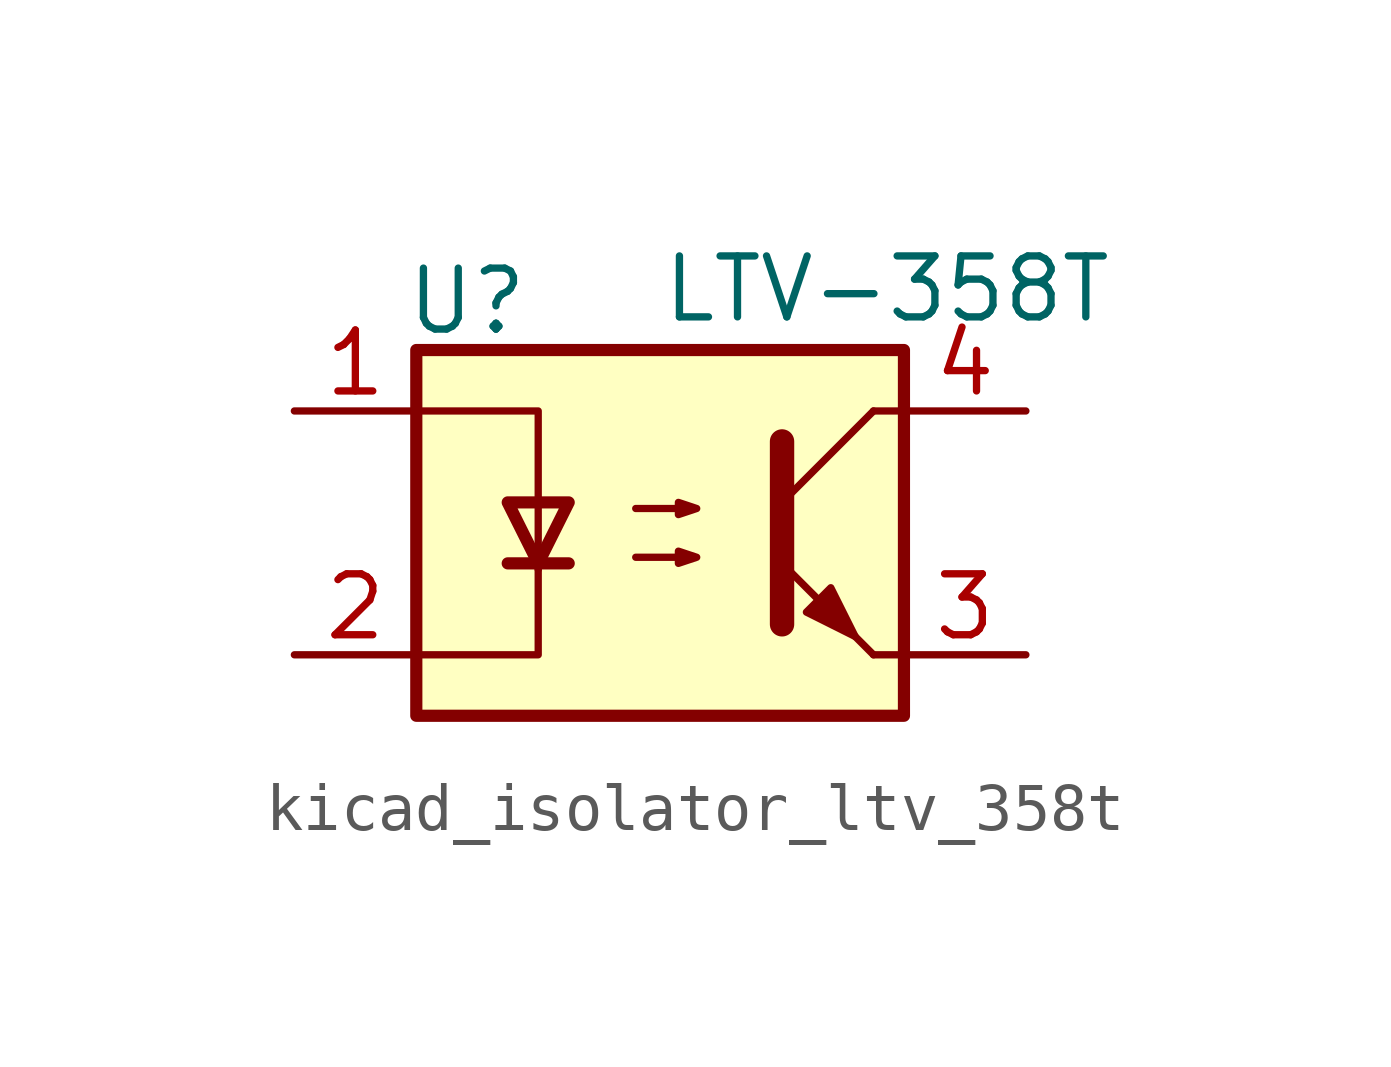
<source format=kicad_sym>
(kicad_symbol_lib
  (version 20220914)
  (generator kicad_symbol_editor)
  (symbol "kicad_isolator_ltv_358t"
    (pin_names
      (offset 1.016))
    (property "Reference" "U"
      (at -5.334 4.826 0)
      (effects (font (size 1.27 1.27)) (justify left)))
    (property "Value" "LTV-358T"
      (at 0 5.08 0)
      (effects (font (size 1.27 1.27)) (justify left)))
    (symbol "kicad_isolator_ltv_358t_0_1"
      (rectangle (start -5.08 3.81) (end 5.08 -3.81) (stroke (width 0.254) (type default)) (fill (type background)))
      (polyline (pts (xy -3.175 -0.635) (xy -1.905 -0.635)) (stroke (width 0.254) (type default)) (fill (type none)))
      (polyline (pts (xy 2.54 0.635) (xy 4.445 2.54)) (stroke (width 0) (type default)) (fill (type none)))
      (polyline (pts (xy 4.445 -2.54) (xy 2.54 -0.635)) (stroke (width 0) (type default)) (fill (type outline)))
      (polyline (pts (xy 4.445 -2.54) (xy 5.08 -2.54)) (stroke (width 0) (type default)) (fill (type none)))
      (polyline (pts (xy 4.445 2.54) (xy 5.08 2.54)) (stroke (width 0) (type default)) (fill (type none)))
      (polyline (pts (xy -5.08 2.54) (xy -2.54 2.54) (xy -2.54 -0.762)) (stroke (width 0) (type default)) (fill (type none)))
      (polyline (pts (xy -2.54 -0.635) (xy -2.54 -2.54) (xy -5.08 -2.54)) (stroke (width 0) (type default)) (fill (type none)))
      (polyline (pts (xy 2.54 1.905) (xy 2.54 -1.905) (xy 2.54 -1.905)) (stroke (width 0.508) (type default)) (fill (type none)))
      (polyline (pts (xy -2.54 -0.635) (xy -3.175 0.635) (xy -1.905 0.635) (xy -2.54 -0.635)) (stroke (width 0.254) (type default)) (fill (type none)))
      (polyline (pts (xy -0.508 -0.508) (xy 0.762 -0.508) (xy 0.381 -0.635) (xy 0.381 -0.381) (xy 0.762 -0.508)) (stroke (width 0) (type default)) (fill (type none)))
      (polyline (pts (xy -0.508 0.508) (xy 0.762 0.508) (xy 0.381 0.381) (xy 0.381 0.635) (xy 0.762 0.508)) (stroke (width 0) (type default)) (fill (type none)))
      (polyline (pts (xy 3.048 -1.651) (xy 3.556 -1.143) (xy 4.064 -2.159) (xy 3.048 -1.651) (xy 3.048 -1.651)) (stroke (width 0) (type default)) (fill (type outline))))
    (symbol "kicad_isolator_ltv_358t_1_1"
      (pin passive line (at -7.62 2.54 0) (length 2.54) (name "~" (effects (font (size 1.27 1.27)))) (number "1" (effects (font (size 1.27 1.27)))))
      (pin passive line (at -7.62 -2.54 0) (length 2.54) (name "~" (effects (font (size 1.27 1.27)))) (number "2" (effects (font (size 1.27 1.27)))))
      (pin passive line (at 7.62 -2.54 180) (length 2.54) (name "~" (effects (font (size 1.27 1.27)))) (number "3" (effects (font (size 1.27 1.27)))))
      (pin passive line (at 7.62 2.54 180) (length 2.54) (name "~" (effects (font (size 1.27 1.27)))) (number "4" (effects (font (size 1.27 1.27))))))))
</source>
